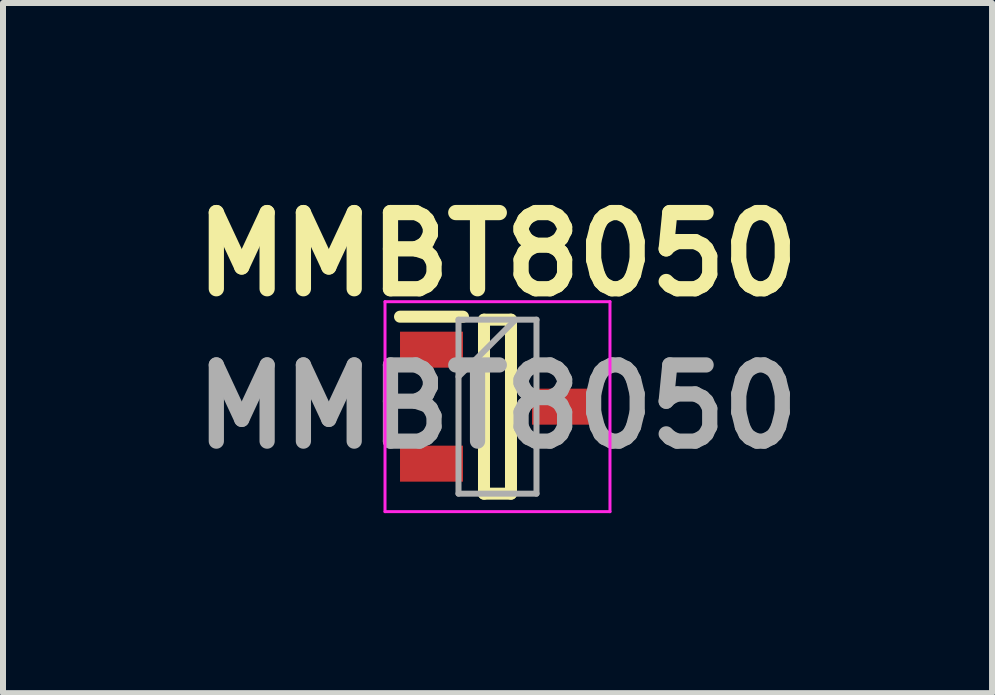
<source format=kicad_pcb>
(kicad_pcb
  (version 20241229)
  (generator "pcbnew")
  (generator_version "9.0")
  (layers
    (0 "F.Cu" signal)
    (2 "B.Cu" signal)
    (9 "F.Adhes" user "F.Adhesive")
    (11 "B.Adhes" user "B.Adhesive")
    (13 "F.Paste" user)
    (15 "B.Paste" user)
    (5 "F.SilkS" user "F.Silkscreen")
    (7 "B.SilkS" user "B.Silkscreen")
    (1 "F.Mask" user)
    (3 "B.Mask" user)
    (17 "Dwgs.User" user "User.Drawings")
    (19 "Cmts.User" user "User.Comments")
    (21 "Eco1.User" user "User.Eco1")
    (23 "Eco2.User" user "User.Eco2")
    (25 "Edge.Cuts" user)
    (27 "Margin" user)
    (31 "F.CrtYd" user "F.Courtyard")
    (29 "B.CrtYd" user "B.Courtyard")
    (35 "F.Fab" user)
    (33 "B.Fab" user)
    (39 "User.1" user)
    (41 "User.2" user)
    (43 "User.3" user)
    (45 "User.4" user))
  (footprint "MMBT8050"
    (layer "F.Cu")
    (at 5.243 3.729)
    (property "Reference" "MMBT8050" (at 0 -2.54 0) (layer "F.SilkS") (effects (font (size 1.27 1.27) (thickness 0.254))))
    (attr smd)
    (fp_line (start -1.625 -1.5) (end -0.575 -1.5) (stroke (width 0.2) (type solid)) (layer "F.SilkS"))
    (fp_line (start -0.225 -1.45) (end 0.225 -1.45) (stroke (width 0.2) (type solid)) (layer "F.SilkS"))
    (fp_line (start -0.225 1.45) (end -0.225 -1.45) (stroke (width 0.2) (type solid)) (layer "F.SilkS"))
    (fp_line (start 0.225 -1.45) (end 0.225 1.45) (stroke (width 0.2) (type solid)) (layer "F.SilkS"))
    (fp_line (start 0.225 1.45) (end -0.225 1.45) (stroke (width 0.2) (type solid)) (layer "F.SilkS"))
    (fp_line (start -1.875 -1.75) (end 1.875 -1.75) (stroke (width 0.05) (type solid)) (layer "F.CrtYd"))
    (fp_line (start -1.875 1.75) (end -1.875 -1.75) (stroke (width 0.05) (type solid)) (layer "F.CrtYd"))
    (fp_line (start 1.875 -1.75) (end 1.875 1.75) (stroke (width 0.05) (type solid)) (layer "F.CrtYd"))
    (fp_line (start 1.875 1.75) (end -1.875 1.75) (stroke (width 0.05) (type solid)) (layer "F.CrtYd"))
    (fp_line (start -0.65 -1.45) (end 0.65 -1.45) (stroke (width 0.1) (type solid)) (layer "F.Fab"))
    (fp_line (start -0.65 -0.5) (end 0.3 -1.45) (stroke (width 0.1) (type solid)) (layer "F.Fab"))
    (fp_line (start -0.65 1.45) (end -0.65 -1.45) (stroke (width 0.1) (type solid)) (layer "F.Fab"))
    (fp_line (start 0.65 -1.45) (end 0.65 1.45) (stroke (width 0.1) (type solid)) (layer "F.Fab"))
    (fp_line (start 0.65 1.45) (end -0.65 1.45) (stroke (width 0.1) (type solid)) (layer "F.Fab"))
    (fp_text user "${REFERENCE}" (at 0 0 0) (layer "F.Fab") (effects (font (size 1.27 1.27) (thickness 0.254))))
    (pad "1" smd rect (at -1.1 -0.95 90) (size 0.6 1.05) (layers "F.Cu" "F.Mask" "F.Paste"))
    (pad "2" smd rect (at -1.1 0.95 90) (size 0.6 1.05) (layers "F.Cu" "F.Mask" "F.Paste"))
    (pad "3" smd rect (at 1.1 0 90) (size 0.6 1.05) (layers "F.Cu" "F.Mask" "F.Paste")))
  (gr_rect
    (start -3 -3)
    (end 13.487 8.504)
    (stroke (width 0.1) (type default))
    (fill no)
    (layer "Edge.Cuts")))
</source>
